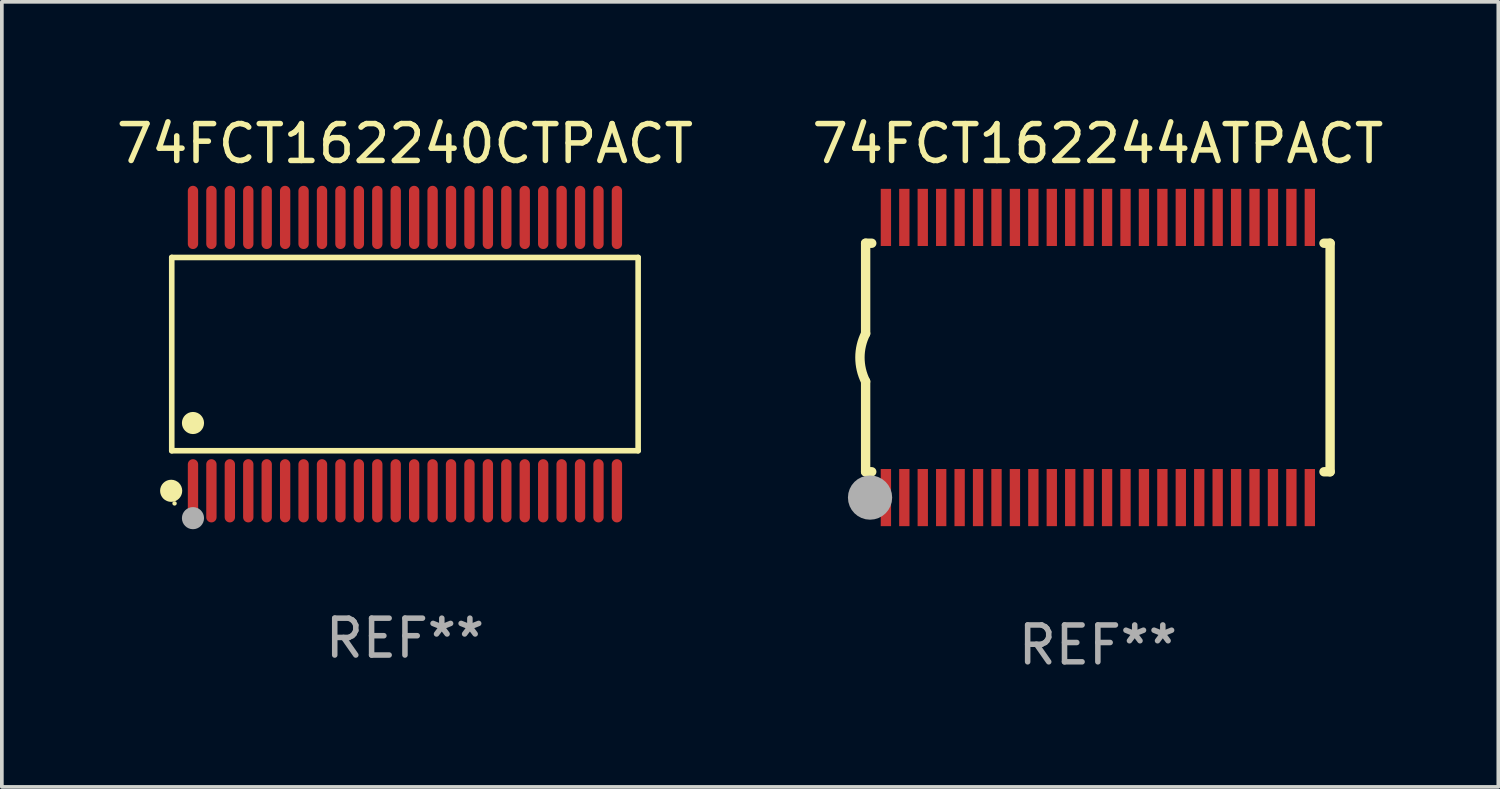
<source format=kicad_pcb>
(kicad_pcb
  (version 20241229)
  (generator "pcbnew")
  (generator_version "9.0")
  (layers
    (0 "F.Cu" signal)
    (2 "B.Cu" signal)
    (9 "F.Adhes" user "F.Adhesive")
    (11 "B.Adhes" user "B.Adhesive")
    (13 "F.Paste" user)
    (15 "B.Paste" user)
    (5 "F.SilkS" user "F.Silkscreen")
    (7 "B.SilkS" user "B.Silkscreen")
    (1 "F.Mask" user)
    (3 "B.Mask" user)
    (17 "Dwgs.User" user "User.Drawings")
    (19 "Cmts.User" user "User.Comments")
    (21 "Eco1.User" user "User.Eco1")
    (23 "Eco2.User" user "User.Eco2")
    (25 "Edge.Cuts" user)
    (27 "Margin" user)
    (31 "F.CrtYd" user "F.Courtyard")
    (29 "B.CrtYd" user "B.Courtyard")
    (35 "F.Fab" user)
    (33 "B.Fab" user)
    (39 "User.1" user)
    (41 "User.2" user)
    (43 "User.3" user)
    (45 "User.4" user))
  (footprint "74FCT162240CTPACT"
    (layer "F.Cu")
    (at 7.935 6.556)
    (property "Reference" "74FCT162240CTPACT" (at 0 -5.708 0) (layer "F.SilkS") (effects (font (size 1 1) (thickness 0.15))))
    (attr through_hole)
    (fp_line (start -6.326 -2.622) (end 6.326 -2.622) (stroke (width 0.152) (type solid)) (layer "F.SilkS"))
    (fp_line (start -6.326 2.621) (end -6.326 -2.622) (stroke (width 0.152) (type solid)) (layer "F.SilkS"))
    (fp_line (start 6.326 -2.622) (end 6.326 2.621) (stroke (width 0.152) (type solid)) (layer "F.SilkS"))
    (fp_line (start 6.326 2.621) (end -6.326 2.621) (stroke (width 0.152) (type solid)) (layer "F.SilkS"))
    (fp_circle (center -6.342 3.708) (end -6.192 3.708) (stroke (width 0.3) (type solid)) (fill no) (layer "F.SilkS"))
    (fp_circle (center -6.25 4.05) (end -6.22 4.05) (stroke (width 0.06) (type solid)) (fill no) (layer "F.SilkS"))
    (fp_circle (center -5.75 1.869) (end -5.6 1.869) (stroke (width 0.3) (type solid)) (fill no) (layer "F.SilkS"))
    (fp_circle (center -5.75 4.45) (end -5.6 4.45) (stroke (width 0.3) (type solid)) (fill no) (layer "F.Fab"))
    (fp_text user "REF**" (at 0 7.708 0) (layer "F.Fab") (effects (font (size 1 1) (thickness 0.15))))
    (pad "1" smd oval (at -5.75 3.708) (size 0.28 1.715) (layers "F.Cu" "F.Mask" "F.Paste"))
    (pad "2" smd oval (at -5.25 3.708) (size 0.28 1.715) (layers "F.Cu" "F.Mask" "F.Paste"))
    (pad "3" smd oval (at -4.75 3.708) (size 0.28 1.715) (layers "F.Cu" "F.Mask" "F.Paste"))
    (pad "4" smd oval (at -4.25 3.708) (size 0.28 1.715) (layers "F.Cu" "F.Mask" "F.Paste"))
    (pad "5" smd oval (at -3.75 3.708) (size 0.28 1.715) (layers "F.Cu" "F.Mask" "F.Paste"))
    (pad "6" smd oval (at -3.25 3.708) (size 0.28 1.715) (layers "F.Cu" "F.Mask" "F.Paste"))
    (pad "7" smd oval (at -2.75 3.708) (size 0.28 1.715) (layers "F.Cu" "F.Mask" "F.Paste"))
    (pad "8" smd oval (at -2.25 3.708) (size 0.28 1.715) (layers "F.Cu" "F.Mask" "F.Paste"))
    (pad "9" smd oval (at -1.75 3.708) (size 0.28 1.715) (layers "F.Cu" "F.Mask" "F.Paste"))
    (pad "10" smd oval (at -1.25 3.708) (size 0.28 1.715) (layers "F.Cu" "F.Mask" "F.Paste"))
    (pad "11" smd oval (at -0.75 3.708) (size 0.28 1.715) (layers "F.Cu" "F.Mask" "F.Paste"))
    (pad "12" smd oval (at -0.25 3.708) (size 0.28 1.715) (layers "F.Cu" "F.Mask" "F.Paste"))
    (pad "13" smd oval (at 0.25 3.708) (size 0.28 1.715) (layers "F.Cu" "F.Mask" "F.Paste"))
    (pad "14" smd oval (at 0.75 3.708) (size 0.28 1.715) (layers "F.Cu" "F.Mask" "F.Paste"))
    (pad "15" smd oval (at 1.25 3.708) (size 0.28 1.715) (layers "F.Cu" "F.Mask" "F.Paste"))
    (pad "16" smd oval (at 1.75 3.708) (size 0.28 1.715) (layers "F.Cu" "F.Mask" "F.Paste"))
    (pad "17" smd oval (at 2.25 3.708) (size 0.28 1.715) (layers "F.Cu" "F.Mask" "F.Paste"))
    (pad "18" smd oval (at 2.75 3.708) (size 0.28 1.715) (layers "F.Cu" "F.Mask" "F.Paste"))
    (pad "19" smd oval (at 3.25 3.708) (size 0.28 1.715) (layers "F.Cu" "F.Mask" "F.Paste"))
    (pad "20" smd oval (at 3.75 3.708) (size 0.28 1.715) (layers "F.Cu" "F.Mask" "F.Paste"))
    (pad "21" smd oval (at 4.25 3.708) (size 0.28 1.715) (layers "F.Cu" "F.Mask" "F.Paste"))
    (pad "22" smd oval (at 4.75 3.708) (size 0.28 1.715) (layers "F.Cu" "F.Mask" "F.Paste"))
    (pad "23" smd oval (at 5.25 3.708) (size 0.28 1.715) (layers "F.Cu" "F.Mask" "F.Paste"))
    (pad "24" smd oval (at 5.75 3.708) (size 0.28 1.715) (layers "F.Cu" "F.Mask" "F.Paste"))
    (pad "25" smd oval (at 5.75 -3.708) (size 0.28 1.715) (layers "F.Cu" "F.Mask" "F.Paste"))
    (pad "26" smd oval (at 5.25 -3.708) (size 0.28 1.715) (layers "F.Cu" "F.Mask" "F.Paste"))
    (pad "27" smd oval (at 4.75 -3.708) (size 0.28 1.715) (layers "F.Cu" "F.Mask" "F.Paste"))
    (pad "28" smd oval (at 4.25 -3.708) (size 0.28 1.715) (layers "F.Cu" "F.Mask" "F.Paste"))
    (pad "29" smd oval (at 3.75 -3.708) (size 0.28 1.715) (layers "F.Cu" "F.Mask" "F.Paste"))
    (pad "30" smd oval (at 3.25 -3.708) (size 0.28 1.715) (layers "F.Cu" "F.Mask" "F.Paste"))
    (pad "31" smd oval (at 2.75 -3.708) (size 0.28 1.715) (layers "F.Cu" "F.Mask" "F.Paste"))
    (pad "32" smd oval (at 2.25 -3.708) (size 0.28 1.715) (layers "F.Cu" "F.Mask" "F.Paste"))
    (pad "33" smd oval (at 1.75 -3.708) (size 0.28 1.715) (layers "F.Cu" "F.Mask" "F.Paste"))
    (pad "34" smd oval (at 1.25 -3.708) (size 0.28 1.715) (layers "F.Cu" "F.Mask" "F.Paste"))
    (pad "35" smd oval (at 0.75 -3.708) (size 0.28 1.715) (layers "F.Cu" "F.Mask" "F.Paste"))
    (pad "36" smd oval (at 0.25 -3.708) (size 0.28 1.715) (layers "F.Cu" "F.Mask" "F.Paste"))
    (pad "37" smd oval (at -0.25 -3.708) (size 0.28 1.715) (layers "F.Cu" "F.Mask" "F.Paste"))
    (pad "38" smd oval (at -0.75 -3.708) (size 0.28 1.715) (layers "F.Cu" "F.Mask" "F.Paste"))
    (pad "39" smd oval (at -1.25 -3.708) (size 0.28 1.715) (layers "F.Cu" "F.Mask" "F.Paste"))
    (pad "40" smd oval (at -1.75 -3.708) (size 0.28 1.715) (layers "F.Cu" "F.Mask" "F.Paste"))
    (pad "41" smd oval (at -2.25 -3.708) (size 0.28 1.715) (layers "F.Cu" "F.Mask" "F.Paste"))
    (pad "42" smd oval (at -2.75 -3.708) (size 0.28 1.715) (layers "F.Cu" "F.Mask" "F.Paste"))
    (pad "43" smd oval (at -3.25 -3.708) (size 0.28 1.715) (layers "F.Cu" "F.Mask" "F.Paste"))
    (pad "44" smd oval (at -3.75 -3.708) (size 0.28 1.715) (layers "F.Cu" "F.Mask" "F.Paste"))
    (pad "45" smd oval (at -4.25 -3.708) (size 0.28 1.715) (layers "F.Cu" "F.Mask" "F.Paste"))
    (pad "46" smd oval (at -4.75 -3.708) (size 0.28 1.715) (layers "F.Cu" "F.Mask" "F.Paste"))
    (pad "47" smd oval (at -5.25 -3.708) (size 0.28 1.715) (layers "F.Cu" "F.Mask" "F.Paste"))
    (pad "48" smd oval (at -5.75 -3.708) (size 0.28 1.715) (layers "F.Cu" "F.Mask" "F.Paste")))
  (footprint "74FCT162244ATPACT"
    (layer "F.Cu")
    (at 26.732 6.648)
    (property "Reference" "74FCT162244ATPACT" (at 0 -5.8 0) (layer "F.SilkS") (effects (font (size 1 1) (thickness 0.15))))
    (attr through_hole)
    (fp_line (start -6.3 -3.1) (end -6.3 -0.65) (stroke (width 0.254) (type solid)) (layer "F.SilkS"))
    (fp_line (start -6.3 -3.1) (end -6.134 -3.1) (stroke (width 0.254) (type solid)) (layer "F.SilkS"))
    (fp_line (start -6.3 3.1) (end -6.3 0.65) (stroke (width 0.254) (type solid)) (layer "F.SilkS"))
    (fp_line (start -6.3 3.1) (end -6.134 3.1) (stroke (width 0.254) (type solid)) (layer "F.SilkS"))
    (fp_line (start 6.134 -3.1) (end 6.3 -3.1) (stroke (width 0.254) (type solid)) (layer "F.SilkS"))
    (fp_line (start 6.134 3.1) (end 6.3 3.1) (stroke (width 0.254) (type solid)) (layer "F.SilkS"))
    (fp_line (start 6.3 -3.1) (end 6.3 3.1) (stroke (width 0.254) (type solid)) (layer "F.SilkS"))
    (fp_arc (start -6.301016 0.650114) (mid -6.45413 -0.000082) (end -6.3 -0.650038) (stroke (width 0.254001) (type solid)) (layer "F.SilkS"))
    (fp_circle (center -6.35 3.81) (end -6.223 3.81) (stroke (width 0.254) (type solid)) (fill no) (layer "F.SilkS"))
    (fp_circle (center -6.25 4.05) (end -6.22 4.05) (stroke (width 0.06) (type solid)) (fill no) (layer "F.SilkS"))
    (fp_circle (center -6.18 3.8) (end -5.88 3.8) (stroke (width 0.6) (type solid)) (fill no) (layer "F.Fab"))
    (fp_text user "REF**" (at 0 7.8 0) (layer "F.Fab") (effects (font (size 1 1) (thickness 0.15))))
    (pad "1" smd rect (at -5.75 3.8) (size 0.28 1.55) (layers "F.Cu" "F.Mask" "F.Paste"))
    (pad "2" smd rect (at -5.25 3.8) (size 0.28 1.55) (layers "F.Cu" "F.Mask" "F.Paste"))
    (pad "3" smd rect (at -4.75 3.8) (size 0.28 1.55) (layers "F.Cu" "F.Mask" "F.Paste"))
    (pad "4" smd rect (at -4.25 3.8) (size 0.28 1.55) (layers "F.Cu" "F.Mask" "F.Paste"))
    (pad "5" smd rect (at -3.75 3.8) (size 0.28 1.55) (layers "F.Cu" "F.Mask" "F.Paste"))
    (pad "6" smd rect (at -3.25 3.8) (size 0.28 1.55) (layers "F.Cu" "F.Mask" "F.Paste"))
    (pad "7" smd rect (at -2.75 3.8) (size 0.28 1.55) (layers "F.Cu" "F.Mask" "F.Paste"))
    (pad "8" smd rect (at -2.25 3.8) (size 0.28 1.55) (layers "F.Cu" "F.Mask" "F.Paste"))
    (pad "9" smd rect (at -1.75 3.8) (size 0.28 1.55) (layers "F.Cu" "F.Mask" "F.Paste"))
    (pad "10" smd rect (at -1.25 3.8) (size 0.28 1.55) (layers "F.Cu" "F.Mask" "F.Paste"))
    (pad "11" smd rect (at -0.75 3.8) (size 0.28 1.55) (layers "F.Cu" "F.Mask" "F.Paste"))
    (pad "12" smd rect (at -0.25 3.8) (size 0.28 1.55) (layers "F.Cu" "F.Mask" "F.Paste"))
    (pad "13" smd rect (at 0.25 3.8) (size 0.28 1.55) (layers "F.Cu" "F.Mask" "F.Paste"))
    (pad "14" smd rect (at 0.75 3.8) (size 0.28 1.55) (layers "F.Cu" "F.Mask" "F.Paste"))
    (pad "15" smd rect (at 1.25 3.8) (size 0.28 1.55) (layers "F.Cu" "F.Mask" "F.Paste"))
    (pad "16" smd rect (at 1.75 3.8) (size 0.28 1.55) (layers "F.Cu" "F.Mask" "F.Paste"))
    (pad "17" smd rect (at 2.25 3.8) (size 0.28 1.55) (layers "F.Cu" "F.Mask" "F.Paste"))
    (pad "18" smd rect (at 2.75 3.8) (size 0.28 1.55) (layers "F.Cu" "F.Mask" "F.Paste"))
    (pad "19" smd rect (at 3.25 3.8) (size 0.28 1.55) (layers "F.Cu" "F.Mask" "F.Paste"))
    (pad "20" smd rect (at 3.75 3.8) (size 0.28 1.55) (layers "F.Cu" "F.Mask" "F.Paste"))
    (pad "21" smd rect (at 4.25 3.8) (size 0.28 1.55) (layers "F.Cu" "F.Mask" "F.Paste"))
    (pad "22" smd rect (at 4.75 3.8) (size 0.28 1.55) (layers "F.Cu" "F.Mask" "F.Paste"))
    (pad "23" smd rect (at 5.25 3.8) (size 0.28 1.55) (layers "F.Cu" "F.Mask" "F.Paste"))
    (pad "24" smd rect (at 5.75 3.8) (size 0.28 1.55) (layers "F.Cu" "F.Mask" "F.Paste"))
    (pad "25" smd rect (at 5.75 -3.8) (size 0.28 1.55) (layers "F.Cu" "F.Mask" "F.Paste"))
    (pad "26" smd rect (at 5.25 -3.8) (size 0.28 1.55) (layers "F.Cu" "F.Mask" "F.Paste"))
    (pad "27" smd rect (at 4.75 -3.8) (size 0.28 1.55) (layers "F.Cu" "F.Mask" "F.Paste"))
    (pad "28" smd rect (at 4.25 -3.8) (size 0.28 1.55) (layers "F.Cu" "F.Mask" "F.Paste"))
    (pad "29" smd rect (at 3.75 -3.8) (size 0.28 1.55) (layers "F.Cu" "F.Mask" "F.Paste"))
    (pad "30" smd rect (at 3.25 -3.8) (size 0.28 1.55) (layers "F.Cu" "F.Mask" "F.Paste"))
    (pad "31" smd rect (at 2.75 -3.8) (size 0.28 1.55) (layers "F.Cu" "F.Mask" "F.Paste"))
    (pad "32" smd rect (at 2.25 -3.8) (size 0.28 1.55) (layers "F.Cu" "F.Mask" "F.Paste"))
    (pad "33" smd rect (at 1.75 -3.8) (size 0.28 1.55) (layers "F.Cu" "F.Mask" "F.Paste"))
    (pad "34" smd rect (at 1.25 -3.8) (size 0.28 1.55) (layers "F.Cu" "F.Mask" "F.Paste"))
    (pad "35" smd rect (at 0.75 -3.8) (size 0.28 1.55) (layers "F.Cu" "F.Mask" "F.Paste"))
    (pad "36" smd rect (at 0.25 -3.8) (size 0.28 1.55) (layers "F.Cu" "F.Mask" "F.Paste"))
    (pad "37" smd rect (at -0.25 -3.8) (size 0.28 1.55) (layers "F.Cu" "F.Mask" "F.Paste"))
    (pad "38" smd rect (at -0.75 -3.8) (size 0.28 1.55) (layers "F.Cu" "F.Mask" "F.Paste"))
    (pad "39" smd rect (at -1.25 -3.8) (size 0.28 1.55) (layers "F.Cu" "F.Mask" "F.Paste"))
    (pad "40" smd rect (at -1.75 -3.8) (size 0.28 1.55) (layers "F.Cu" "F.Mask" "F.Paste"))
    (pad "41" smd rect (at -2.25 -3.8) (size 0.28 1.55) (layers "F.Cu" "F.Mask" "F.Paste"))
    (pad "42" smd rect (at -2.75 -3.8) (size 0.28 1.55) (layers "F.Cu" "F.Mask" "F.Paste"))
    (pad "43" smd rect (at -3.25 -3.8) (size 0.28 1.55) (layers "F.Cu" "F.Mask" "F.Paste"))
    (pad "44" smd rect (at -3.75 -3.8) (size 0.28 1.55) (layers "F.Cu" "F.Mask" "F.Paste"))
    (pad "45" smd rect (at -4.25 -3.8) (size 0.28 1.55) (layers "F.Cu" "F.Mask" "F.Paste"))
    (pad "46" smd rect (at -4.75 -3.8) (size 0.28 1.55) (layers "F.Cu" "F.Mask" "F.Paste"))
    (pad "47" smd rect (at -5.25 -3.8) (size 0.28 1.55) (layers "F.Cu" "F.Mask" "F.Paste"))
    (pad "48" smd rect (at -5.75 -3.8) (size 0.28 1.55) (layers "F.Cu" "F.Mask" "F.Paste")))
  (gr_rect
    (start -3 -3)
    (end 37.595 18.296)
    (stroke (width 0.1) (type default))
    (fill no)
    (layer "Edge.Cuts")))
</source>
